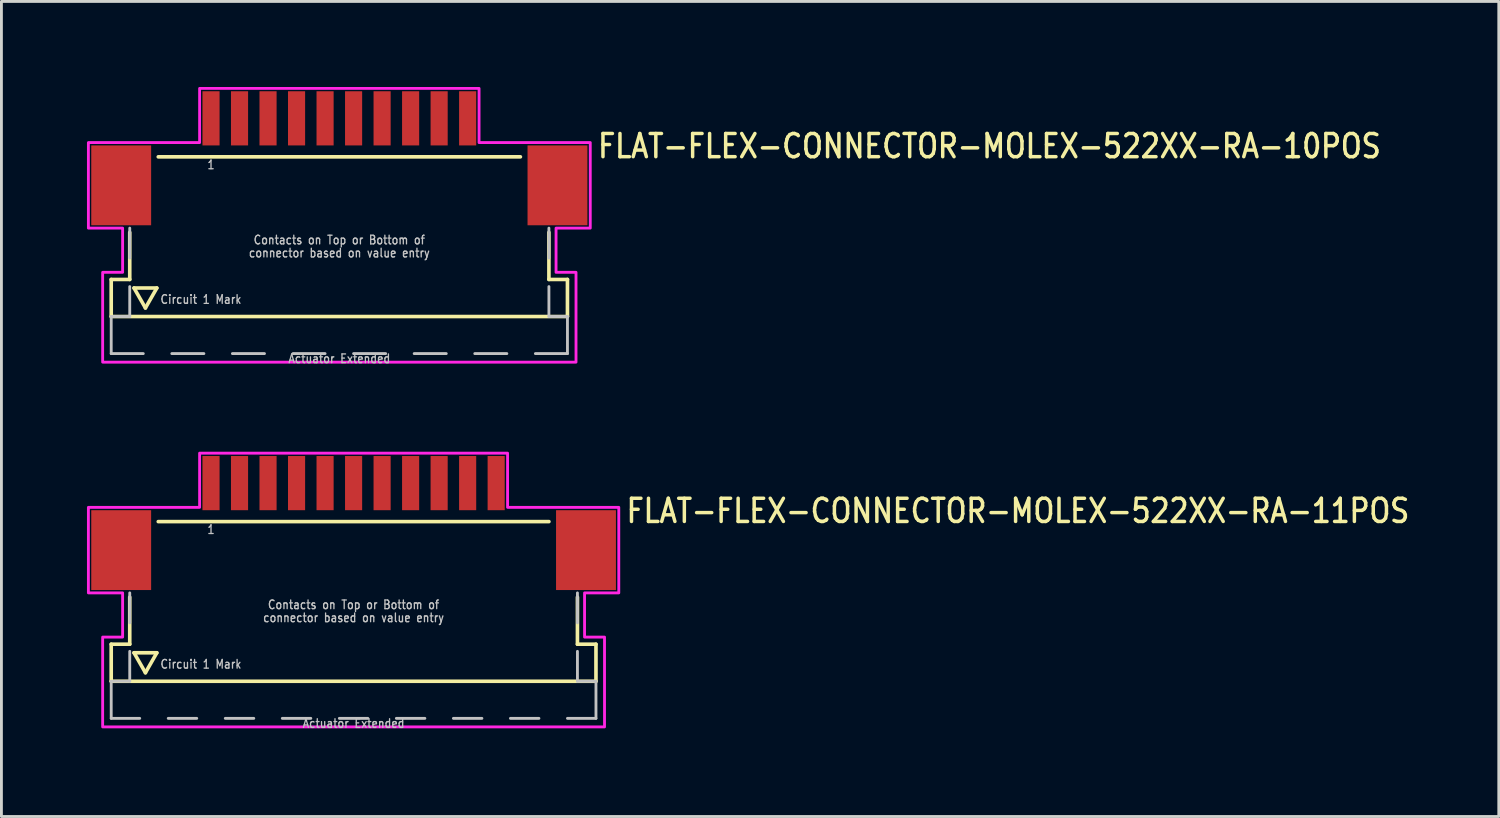
<source format=kicad_pcb>
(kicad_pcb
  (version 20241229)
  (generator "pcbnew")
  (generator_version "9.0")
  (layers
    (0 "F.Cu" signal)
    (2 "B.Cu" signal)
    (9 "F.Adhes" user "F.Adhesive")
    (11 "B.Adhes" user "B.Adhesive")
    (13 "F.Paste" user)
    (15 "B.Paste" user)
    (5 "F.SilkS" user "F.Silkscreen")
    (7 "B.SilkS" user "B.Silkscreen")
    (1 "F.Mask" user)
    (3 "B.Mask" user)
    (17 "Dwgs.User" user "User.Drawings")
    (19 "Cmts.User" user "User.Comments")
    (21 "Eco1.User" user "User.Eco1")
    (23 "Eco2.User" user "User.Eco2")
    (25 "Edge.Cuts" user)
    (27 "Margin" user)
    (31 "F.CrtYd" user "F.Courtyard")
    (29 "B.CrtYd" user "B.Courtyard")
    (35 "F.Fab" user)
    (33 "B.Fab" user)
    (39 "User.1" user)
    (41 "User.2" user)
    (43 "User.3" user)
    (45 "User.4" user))
  (footprint "FLAT-FLEX-CONNECTOR-MOLEX-522XX-RA-11POS"
    (layer "F.Cu")
    (at 9.35 14.842)
    (property "Reference" "FLAT-FLEX-CONNECTOR-MOLEX-522XX-RA-11POS" (at 9.5 0.5 0) (unlocked yes) (layer "F.SilkS") (effects (font (size 0.813 0.695) (thickness 0.122)) (justify left bottom)))
    (fp_line (start -8.5 4.7) (end -8.5 6) (stroke (width 0.127) (type solid)) (layer "F.SilkS"))
    (fp_line (start -8.5 6) (end 8.5 6) (stroke (width 0.127) (type solid)) (layer "F.SilkS"))
    (fp_line (start -7.85 3.05) (end -7.85 4.7) (stroke (width 0.127) (type solid)) (layer "F.SilkS"))
    (fp_line (start -7.85 4.7) (end -8.5 4.7) (stroke (width 0.127) (type solid)) (layer "F.SilkS"))
    (fp_line (start -7.7 5) (end -6.9 5) (stroke (width 0.127) (type solid)) (layer "F.SilkS"))
    (fp_line (start -7.3 5.7) (end -7.7 5) (stroke (width 0.127) (type solid)) (layer "F.SilkS"))
    (fp_line (start -6.9 5) (end -7.3 5.7) (stroke (width 0.127) (type solid)) (layer "F.SilkS"))
    (fp_line (start -6.85 0.4) (end 6.85 0.4) (stroke (width 0.127) (type solid)) (layer "F.SilkS"))
    (fp_line (start 7.85 3.05) (end 7.85 4.7) (stroke (width 0.127) (type solid)) (layer "F.SilkS"))
    (fp_line (start 8.5 4.7) (end 7.85 4.7) (stroke (width 0.127) (type solid)) (layer "F.SilkS"))
    (fp_line (start 8.5 6) (end 8.5 4.7) (stroke (width 0.127) (type solid)) (layer "F.SilkS"))
    (fp_line (start -8.5 6) (end -8.5 7.3) (stroke (width 0.1) (type solid)) (layer "Dwgs.User"))
    (fp_line (start -8.5 7.3) (end -7.5 7.3) (stroke (width 0.1) (type solid)) (layer "Dwgs.User"))
    (fp_line (start -7.85 2.9) (end -7.85 3.95) (stroke (width 0.1) (type solid)) (layer "Dwgs.User"))
    (fp_line (start -7.85 4.95) (end -7.85 6) (stroke (width 0.1) (type solid)) (layer "Dwgs.User"))
    (fp_line (start -7.85 6) (end -8.5 6) (stroke (width 0.1) (type solid)) (layer "Dwgs.User"))
    (fp_line (start -6.5 7.3) (end -5.5 7.3) (stroke (width 0.1) (type solid)) (layer "Dwgs.User"))
    (fp_line (start -4.5 7.3) (end -3.5 7.3) (stroke (width 0.1) (type solid)) (layer "Dwgs.User"))
    (fp_line (start -2.5 7.3) (end -1.5 7.3) (stroke (width 0.1) (type solid)) (layer "Dwgs.User"))
    (fp_line (start -0.5 7.3) (end 0.5 7.3) (stroke (width 0.1) (type solid)) (layer "Dwgs.User"))
    (fp_line (start 1.5 7.3) (end 2.5 7.3) (stroke (width 0.1) (type solid)) (layer "Dwgs.User"))
    (fp_line (start 3.5 7.3) (end 4.5 7.3) (stroke (width 0.1) (type solid)) (layer "Dwgs.User"))
    (fp_line (start 5.5 7.3) (end 6.5 7.3) (stroke (width 0.1) (type solid)) (layer "Dwgs.User"))
    (fp_line (start 7.5 7.3) (end 8.5 7.3) (stroke (width 0.1) (type solid)) (layer "Dwgs.User"))
    (fp_line (start 7.85 2.9) (end 7.85 3.95) (stroke (width 0.1) (type solid)) (layer "Dwgs.User"))
    (fp_line (start 7.85 4.95) (end 7.85 6) (stroke (width 0.1) (type solid)) (layer "Dwgs.User"))
    (fp_line (start 8.5 6) (end 7.85 6) (stroke (width 0.1) (type solid)) (layer "Dwgs.User"))
    (fp_line (start 8.5 7.3) (end 8.5 6) (stroke (width 0.1) (type solid)) (layer "Dwgs.User"))
    (fp_poly (pts (xy -9.3 2.9) (xy -9.3 -0.1) (xy -5.4 -0.1) (xy -5.4 -2) (xy 5.4 -2) (xy 5.4 -0.1) (xy 9.3 -0.1) (xy 9.3 2.9) (xy 8.1 2.9) (xy 8.1 4.45) (xy 8.8 4.45) (xy 8.8 7.6) (xy -8.8 7.6) (xy -8.8 4.45) (xy -8.1 4.45) (xy -8.1 2.9)) (stroke (width 0.1) (type solid)) (fill no) (layer "F.CrtYd"))
    (fp_text user "connector based on value entry" (at 0 3.95 0) (unlocked yes) (layer "Dwgs.User") (effects (font (size 0.305 0.261) (thickness 0.046)) (justify bottom)))
    (fp_text user "Contacts on Top or Bottom of" (at 0 3.493 0) (unlocked yes) (layer "Dwgs.User") (effects (font (size 0.305 0.261) (thickness 0.046)) (justify bottom)))
    (fp_text user "Circuit 1 Mark" (at -6.8 5.4 0) (unlocked yes) (layer "Dwgs.User") (effects (font (size 0.305 0.261) (thickness 0.046)) (justify left)))
    (fp_text user "Actuator Extended" (at 0 7.3 0) (unlocked yes) (layer "Dwgs.User") (effects (font (size 0.305 0.261) (thickness 0.046)) (justify top)))
    (fp_text user "1" (at -5 0.5 0) (unlocked yes) (layer "Dwgs.User") (effects (font (size 0.305 0.261) (thickness 0.046)) (justify top)))
    (pad "M1" smd rect (at -8.15 1.4) (size 2.1 2.8) (layers "F.Cu" "F.Mask" "F.Paste"))
    (pad "M2" smd rect (at 8.15 1.4) (size 2.1 2.8) (layers "F.Cu" "F.Mask" "F.Paste"))
    (pad "P$1" smd rect (at -5 -0.95) (size 0.6 1.9) (layers "F.Cu" "F.Mask" "F.Paste"))
    (pad "P$2" smd rect (at -4 -0.95) (size 0.6 1.9) (layers "F.Cu" "F.Mask" "F.Paste"))
    (pad "P$3" smd rect (at -3 -0.95) (size 0.6 1.9) (layers "F.Cu" "F.Mask" "F.Paste"))
    (pad "P$4" smd rect (at -2 -0.95) (size 0.6 1.9) (layers "F.Cu" "F.Mask" "F.Paste"))
    (pad "P$5" smd rect (at -1 -0.95) (size 0.6 1.9) (layers "F.Cu" "F.Mask" "F.Paste"))
    (pad "P$6" smd rect (at 0 -0.95) (size 0.6 1.9) (layers "F.Cu" "F.Mask" "F.Paste"))
    (pad "P$7" smd rect (at 1 -0.95) (size 0.6 1.9) (layers "F.Cu" "F.Mask" "F.Paste"))
    (pad "P$8" smd rect (at 2 -0.95) (size 0.6 1.9) (layers "F.Cu" "F.Mask" "F.Paste"))
    (pad "P$9" smd rect (at 3 -0.95) (size 0.6 1.9) (layers "F.Cu" "F.Mask" "F.Paste"))
    (pad "P$10" smd rect (at 4 -0.95) (size 0.6 1.9) (layers "F.Cu" "F.Mask" "F.Paste"))
    (pad "P$11" smd rect (at 5 -0.95) (size 0.6 1.9) (layers "F.Cu" "F.Mask" "F.Paste")))
  (footprint "FLAT-FLEX-CONNECTOR-MOLEX-522XX-RA-10POS"
    (layer "F.Cu")
    (at 8.85 2.05)
    (property "Reference" "FLAT-FLEX-CONNECTOR-MOLEX-522XX-RA-10POS" (at 9 0.5 0) (unlocked yes) (layer "F.SilkS") (effects (font (size 0.813 0.695) (thickness 0.122)) (justify left bottom)))
    (fp_line (start -8 4.7) (end -8 6) (stroke (width 0.127) (type solid)) (layer "F.SilkS"))
    (fp_line (start -8 6) (end 8 6) (stroke (width 0.127) (type solid)) (layer "F.SilkS"))
    (fp_line (start -7.35 3.05) (end -7.35 4.7) (stroke (width 0.127) (type solid)) (layer "F.SilkS"))
    (fp_line (start -7.35 4.7) (end -8 4.7) (stroke (width 0.127) (type solid)) (layer "F.SilkS"))
    (fp_line (start -7.2 5) (end -6.4 5) (stroke (width 0.127) (type solid)) (layer "F.SilkS"))
    (fp_line (start -6.8 5.7) (end -7.2 5) (stroke (width 0.127) (type solid)) (layer "F.SilkS"))
    (fp_line (start -6.4 5) (end -6.8 5.7) (stroke (width 0.127) (type solid)) (layer "F.SilkS"))
    (fp_line (start -6.35 0.4) (end 6.35 0.4) (stroke (width 0.127) (type solid)) (layer "F.SilkS"))
    (fp_line (start 7.35 3.05) (end 7.35 4.7) (stroke (width 0.127) (type solid)) (layer "F.SilkS"))
    (fp_line (start 8 4.7) (end 7.35 4.7) (stroke (width 0.127) (type solid)) (layer "F.SilkS"))
    (fp_line (start 8 6) (end 8 4.7) (stroke (width 0.127) (type solid)) (layer "F.SilkS"))
    (fp_line (start -8 6) (end -8 7.3) (stroke (width 0.1) (type solid)) (layer "Dwgs.User"))
    (fp_line (start -8 7.3) (end -6.875 7.3) (stroke (width 0.1) (type solid)) (layer "Dwgs.User"))
    (fp_line (start -7.35 2.9) (end -7.35 3.95) (stroke (width 0.1) (type solid)) (layer "Dwgs.User"))
    (fp_line (start -7.35 4.95) (end -7.35 6) (stroke (width 0.1) (type solid)) (layer "Dwgs.User"))
    (fp_line (start -7.35 6) (end -8 6) (stroke (width 0.1) (type solid)) (layer "Dwgs.User"))
    (fp_line (start -5.875 7.3) (end -4.75 7.3) (stroke (width 0.1) (type solid)) (layer "Dwgs.User"))
    (fp_line (start -3.75 7.3) (end -2.625 7.3) (stroke (width 0.1) (type solid)) (layer "Dwgs.User"))
    (fp_line (start -1.625 7.3) (end -0.5 7.3) (stroke (width 0.1) (type solid)) (layer "Dwgs.User"))
    (fp_line (start 0.5 7.3) (end 1.625 7.3) (stroke (width 0.1) (type solid)) (layer "Dwgs.User"))
    (fp_line (start 2.625 7.3) (end 3.75 7.3) (stroke (width 0.1) (type solid)) (layer "Dwgs.User"))
    (fp_line (start 4.75 7.3) (end 5.875 7.3) (stroke (width 0.1) (type solid)) (layer "Dwgs.User"))
    (fp_line (start 6.875 7.3) (end 8 7.3) (stroke (width 0.1) (type solid)) (layer "Dwgs.User"))
    (fp_line (start 7.35 2.9) (end 7.35 3.95) (stroke (width 0.1) (type solid)) (layer "Dwgs.User"))
    (fp_line (start 7.35 4.95) (end 7.35 6) (stroke (width 0.1) (type solid)) (layer "Dwgs.User"))
    (fp_line (start 8 6) (end 7.35 6) (stroke (width 0.1) (type solid)) (layer "Dwgs.User"))
    (fp_line (start 8 7.3) (end 8 6) (stroke (width 0.1) (type solid)) (layer "Dwgs.User"))
    (fp_poly (pts (xy -8.8 2.9) (xy -8.8 -0.1) (xy -4.9 -0.1) (xy -4.9 -2) (xy 4.9 -2) (xy 4.9 -0.1) (xy 8.8 -0.1) (xy 8.8 2.9) (xy 7.6 2.9) (xy 7.6 4.45) (xy 8.3 4.45) (xy 8.3 7.6) (xy -8.3 7.6) (xy -8.3 4.45) (xy -7.6 4.45) (xy -7.6 2.9)) (stroke (width 0.1) (type solid)) (fill no) (layer "F.CrtYd"))
    (fp_text user "1" (at -4.5 0.5 0) (unlocked yes) (layer "Dwgs.User") (effects (font (size 0.305 0.261) (thickness 0.046)) (justify top)))
    (fp_text user "connector based on value entry" (at 0 3.95 0) (unlocked yes) (layer "Dwgs.User") (effects (font (size 0.305 0.261) (thickness 0.046)) (justify bottom)))
    (fp_text user "Circuit 1 Mark" (at -6.3 5.4 0) (unlocked yes) (layer "Dwgs.User") (effects (font (size 0.305 0.261) (thickness 0.046)) (justify left)))
    (fp_text user "Contacts on Top or Bottom of" (at 0 3.493 0) (unlocked yes) (layer "Dwgs.User") (effects (font (size 0.305 0.261) (thickness 0.046)) (justify bottom)))
    (fp_text user "Actuator Extended" (at 0 7.3 0) (unlocked yes) (layer "Dwgs.User") (effects (font (size 0.305 0.261) (thickness 0.046)) (justify top)))
    (pad "M1" smd rect (at -7.65 1.4) (size 2.1 2.8) (layers "F.Cu" "F.Mask" "F.Paste"))
    (pad "M2" smd rect (at 7.65 1.4) (size 2.1 2.8) (layers "F.Cu" "F.Mask" "F.Paste"))
    (pad "P$1" smd rect (at -4.5 -0.95) (size 0.6 1.9) (layers "F.Cu" "F.Mask" "F.Paste"))
    (pad "P$2" smd rect (at -3.5 -0.95) (size 0.6 1.9) (layers "F.Cu" "F.Mask" "F.Paste"))
    (pad "P$3" smd rect (at -2.5 -0.95) (size 0.6 1.9) (layers "F.Cu" "F.Mask" "F.Paste"))
    (pad "P$4" smd rect (at -1.5 -0.95) (size 0.6 1.9) (layers "F.Cu" "F.Mask" "F.Paste"))
    (pad "P$5" smd rect (at -0.5 -0.95) (size 0.6 1.9) (layers "F.Cu" "F.Mask" "F.Paste"))
    (pad "P$6" smd rect (at 0.5 -0.95) (size 0.6 1.9) (layers "F.Cu" "F.Mask" "F.Paste"))
    (pad "P$7" smd rect (at 1.5 -0.95) (size 0.6 1.9) (layers "F.Cu" "F.Mask" "F.Paste"))
    (pad "P$8" smd rect (at 2.5 -0.95) (size 0.6 1.9) (layers "F.Cu" "F.Mask" "F.Paste"))
    (pad "P$9" smd rect (at 3.5 -0.95) (size 0.6 1.9) (layers "F.Cu" "F.Mask" "F.Paste"))
    (pad "P$10" smd rect (at 4.5 -0.95) (size 0.6 1.9) (layers "F.Cu" "F.Mask" "F.Paste")))
  (gr_rect
    (start -3 -3)
    (end 49.511 25.584)
    (stroke (width 0.1) (type default))
    (fill no)
    (layer "Edge.Cuts")))
</source>
